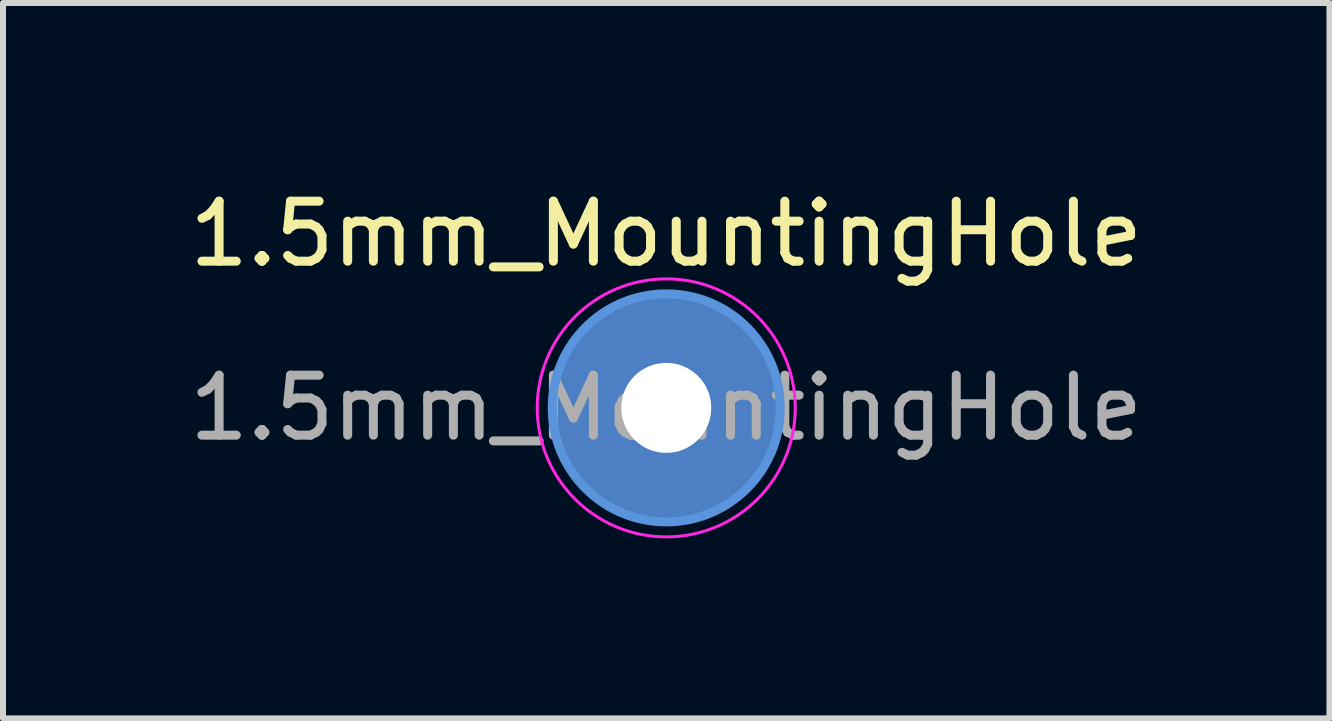
<source format=kicad_pcb>
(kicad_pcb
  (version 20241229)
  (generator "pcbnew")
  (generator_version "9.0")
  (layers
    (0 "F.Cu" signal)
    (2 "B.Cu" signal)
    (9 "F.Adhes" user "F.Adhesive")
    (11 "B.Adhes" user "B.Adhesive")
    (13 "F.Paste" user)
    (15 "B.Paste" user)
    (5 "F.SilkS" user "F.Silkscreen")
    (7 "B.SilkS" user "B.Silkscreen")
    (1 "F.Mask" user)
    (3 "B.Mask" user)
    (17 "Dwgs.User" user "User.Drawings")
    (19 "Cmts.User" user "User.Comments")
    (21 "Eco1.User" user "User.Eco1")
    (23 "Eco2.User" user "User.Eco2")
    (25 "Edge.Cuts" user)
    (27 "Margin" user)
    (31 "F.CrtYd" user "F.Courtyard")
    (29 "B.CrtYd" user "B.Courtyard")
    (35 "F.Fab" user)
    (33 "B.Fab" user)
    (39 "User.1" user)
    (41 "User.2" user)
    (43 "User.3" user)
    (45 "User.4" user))
  (footprint "1.5mm_MountingHole"
    (layer "F.Cu")
    (at 8.054 3.748)
    (property "Reference" "1.5mm_MountingHole" (at 0 -2.9 0) (layer "F.SilkS") (effects (font (size 1 1) (thickness 0.15))))
    (attr exclude_from_pos_files exclude_from_bom)
    (fp_circle (center 0 0) (end 1.9 0) (stroke (width 0.15) (type solid)) (fill no) (layer "Cmts.User"))
    (fp_circle (center 0 0) (end 2.15 0) (stroke (width 0.05) (type solid)) (fill no) (layer "F.CrtYd"))
    (fp_text user "${REFERENCE}" (at 0 0 0) (layer "F.Fab") (effects (font (size 1 1) (thickness 0.15))))
    (pad "1" thru_hole circle (at 0 0) (size 2.6 2.6) (drill 1.5) (layers "*.Cu" "*.Mask"))
    (pad "1" connect circle (at 0 0) (size 3.8 3.8) (layers "F.Cu" "F.Mask"))
    (pad "1" connect circle (at 0 0) (size 3.8 3.8) (layers "B.Cu" "B.Mask")))
  (gr_rect
    (start -3 -3)
    (end 19.107 8.923)
    (stroke (width 0.1) (type default))
    (fill no)
    (layer "Edge.Cuts")))
</source>
